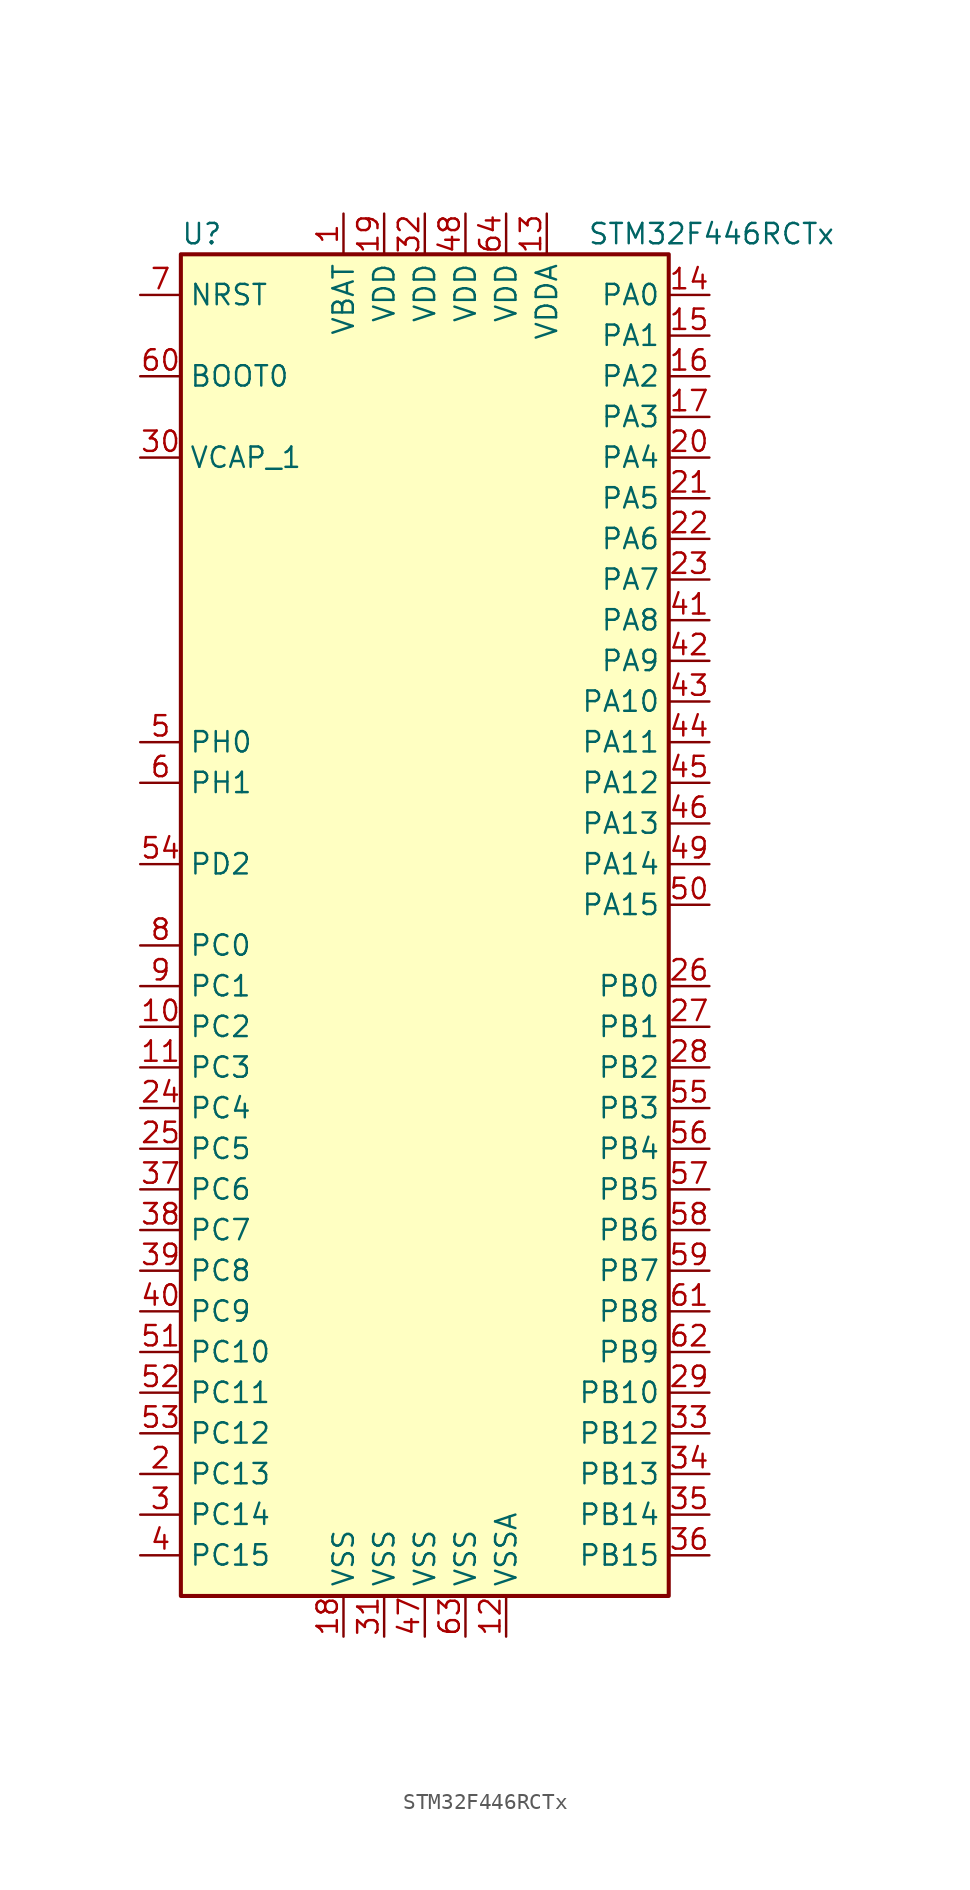
<source format=kicad_sym>
(kicad_symbol_lib
  (version 20201005)
  (generator kicad_symbol_editor)
  (symbol "STM32F446RCTx"
    (property "Reference" "U"
      (at -15.24 41.91 0)
      (effects (font (size 1.27 1.27)) (justify left)))
    (property "Value" "STM32F446RCTx"
      (at 10.16 41.91 0)
      (effects (font (size 1.27 1.27)) (justify left)))
    (symbol "STM32F446RCTx_0_1"
      (rectangle (start -15.24 -43.18) (end 15.24 40.64) (stroke (width 0.254)) (fill (type background))))
    (symbol "STM32F446RCTx_1_1"
      (pin input line (at -17.78 33.02 0) (length 2.54) (name "BOOT0" (effects (font (size 1.27 1.27)))) (number "60" (effects (font (size 1.27 1.27)))))
      (pin input line (at -17.78 38.1 0) (length 2.54) (name "NRST" (effects (font (size 1.27 1.27)))) (number "7" (effects (font (size 1.27 1.27)))))
      (pin bidirectional line (at 17.78 38.1 180) (length 2.54) (name "PA0" (effects (font (size 1.27 1.27)))) (number "14" (effects (font (size 1.27 1.27)))))
      (pin bidirectional line (at 17.78 35.56 180) (length 2.54) (name "PA1" (effects (font (size 1.27 1.27)))) (number "15" (effects (font (size 1.27 1.27)))))
      (pin bidirectional line (at 17.78 12.7 180) (length 2.54) (name "PA10" (effects (font (size 1.27 1.27)))) (number "43" (effects (font (size 1.27 1.27)))))
      (pin bidirectional line (at 17.78 10.16 180) (length 2.54) (name "PA11" (effects (font (size 1.27 1.27)))) (number "44" (effects (font (size 1.27 1.27)))))
      (pin bidirectional line (at 17.78 7.62 180) (length 2.54) (name "PA12" (effects (font (size 1.27 1.27)))) (number "45" (effects (font (size 1.27 1.27)))))
      (pin bidirectional line (at 17.78 5.08 180) (length 2.54) (name "PA13" (effects (font (size 1.27 1.27)))) (number "46" (effects (font (size 1.27 1.27)))))
      (pin bidirectional line (at 17.78 2.54 180) (length 2.54) (name "PA14" (effects (font (size 1.27 1.27)))) (number "49" (effects (font (size 1.27 1.27)))))
      (pin bidirectional line (at 17.78 0 180) (length 2.54) (name "PA15" (effects (font (size 1.27 1.27)))) (number "50" (effects (font (size 1.27 1.27)))))
      (pin bidirectional line (at 17.78 33.02 180) (length 2.54) (name "PA2" (effects (font (size 1.27 1.27)))) (number "16" (effects (font (size 1.27 1.27)))))
      (pin bidirectional line (at 17.78 30.48 180) (length 2.54) (name "PA3" (effects (font (size 1.27 1.27)))) (number "17" (effects (font (size 1.27 1.27)))))
      (pin bidirectional line (at 17.78 27.94 180) (length 2.54) (name "PA4" (effects (font (size 1.27 1.27)))) (number "20" (effects (font (size 1.27 1.27)))))
      (pin bidirectional line (at 17.78 25.4 180) (length 2.54) (name "PA5" (effects (font (size 1.27 1.27)))) (number "21" (effects (font (size 1.27 1.27)))))
      (pin bidirectional line (at 17.78 22.86 180) (length 2.54) (name "PA6" (effects (font (size 1.27 1.27)))) (number "22" (effects (font (size 1.27 1.27)))))
      (pin bidirectional line (at 17.78 20.32 180) (length 2.54) (name "PA7" (effects (font (size 1.27 1.27)))) (number "23" (effects (font (size 1.27 1.27)))))
      (pin bidirectional line (at 17.78 17.78 180) (length 2.54) (name "PA8" (effects (font (size 1.27 1.27)))) (number "41" (effects (font (size 1.27 1.27)))))
      (pin bidirectional line (at 17.78 15.24 180) (length 2.54) (name "PA9" (effects (font (size 1.27 1.27)))) (number "42" (effects (font (size 1.27 1.27)))))
      (pin bidirectional line (at 17.78 -5.08 180) (length 2.54) (name "PB0" (effects (font (size 1.27 1.27)))) (number "26" (effects (font (size 1.27 1.27)))))
      (pin bidirectional line (at 17.78 -7.62 180) (length 2.54) (name "PB1" (effects (font (size 1.27 1.27)))) (number "27" (effects (font (size 1.27 1.27)))))
      (pin bidirectional line (at 17.78 -30.48 180) (length 2.54) (name "PB10" (effects (font (size 1.27 1.27)))) (number "29" (effects (font (size 1.27 1.27)))))
      (pin bidirectional line (at 17.78 -33.02 180) (length 2.54) (name "PB12" (effects (font (size 1.27 1.27)))) (number "33" (effects (font (size 1.27 1.27)))))
      (pin bidirectional line (at 17.78 -35.56 180) (length 2.54) (name "PB13" (effects (font (size 1.27 1.27)))) (number "34" (effects (font (size 1.27 1.27)))))
      (pin bidirectional line (at 17.78 -38.1 180) (length 2.54) (name "PB14" (effects (font (size 1.27 1.27)))) (number "35" (effects (font (size 1.27 1.27)))))
      (pin bidirectional line (at 17.78 -40.64 180) (length 2.54) (name "PB15" (effects (font (size 1.27 1.27)))) (number "36" (effects (font (size 1.27 1.27)))))
      (pin bidirectional line (at 17.78 -10.16 180) (length 2.54) (name "PB2" (effects (font (size 1.27 1.27)))) (number "28" (effects (font (size 1.27 1.27)))))
      (pin bidirectional line (at 17.78 -12.7 180) (length 2.54) (name "PB3" (effects (font (size 1.27 1.27)))) (number "55" (effects (font (size 1.27 1.27)))))
      (pin bidirectional line (at 17.78 -15.24 180) (length 2.54) (name "PB4" (effects (font (size 1.27 1.27)))) (number "56" (effects (font (size 1.27 1.27)))))
      (pin bidirectional line (at 17.78 -17.78 180) (length 2.54) (name "PB5" (effects (font (size 1.27 1.27)))) (number "57" (effects (font (size 1.27 1.27)))))
      (pin bidirectional line (at 17.78 -20.32 180) (length 2.54) (name "PB6" (effects (font (size 1.27 1.27)))) (number "58" (effects (font (size 1.27 1.27)))))
      (pin bidirectional line (at 17.78 -22.86 180) (length 2.54) (name "PB7" (effects (font (size 1.27 1.27)))) (number "59" (effects (font (size 1.27 1.27)))))
      (pin bidirectional line (at 17.78 -25.4 180) (length 2.54) (name "PB8" (effects (font (size 1.27 1.27)))) (number "61" (effects (font (size 1.27 1.27)))))
      (pin bidirectional line (at 17.78 -27.94 180) (length 2.54) (name "PB9" (effects (font (size 1.27 1.27)))) (number "62" (effects (font (size 1.27 1.27)))))
      (pin bidirectional line (at -17.78 -2.54 0) (length 2.54) (name "PC0" (effects (font (size 1.27 1.27)))) (number "8" (effects (font (size 1.27 1.27)))))
      (pin bidirectional line (at -17.78 -5.08 0) (length 2.54) (name "PC1" (effects (font (size 1.27 1.27)))) (number "9" (effects (font (size 1.27 1.27)))))
      (pin bidirectional line (at -17.78 -27.94 0) (length 2.54) (name "PC10" (effects (font (size 1.27 1.27)))) (number "51" (effects (font (size 1.27 1.27)))))
      (pin bidirectional line (at -17.78 -30.48 0) (length 2.54) (name "PC11" (effects (font (size 1.27 1.27)))) (number "52" (effects (font (size 1.27 1.27)))))
      (pin bidirectional line (at -17.78 -33.02 0) (length 2.54) (name "PC12" (effects (font (size 1.27 1.27)))) (number "53" (effects (font (size 1.27 1.27)))))
      (pin bidirectional line (at -17.78 -35.56 0) (length 2.54) (name "PC13" (effects (font (size 1.27 1.27)))) (number "2" (effects (font (size 1.27 1.27)))))
      (pin bidirectional line (at -17.78 -38.1 0) (length 2.54) (name "PC14" (effects (font (size 1.27 1.27)))) (number "3" (effects (font (size 1.27 1.27)))))
      (pin bidirectional line (at -17.78 -40.64 0) (length 2.54) (name "PC15" (effects (font (size 1.27 1.27)))) (number "4" (effects (font (size 1.27 1.27)))))
      (pin bidirectional line (at -17.78 -7.62 0) (length 2.54) (name "PC2" (effects (font (size 1.27 1.27)))) (number "10" (effects (font (size 1.27 1.27)))))
      (pin bidirectional line (at -17.78 -10.16 0) (length 2.54) (name "PC3" (effects (font (size 1.27 1.27)))) (number "11" (effects (font (size 1.27 1.27)))))
      (pin bidirectional line (at -17.78 -12.7 0) (length 2.54) (name "PC4" (effects (font (size 1.27 1.27)))) (number "24" (effects (font (size 1.27 1.27)))))
      (pin bidirectional line (at -17.78 -15.24 0) (length 2.54) (name "PC5" (effects (font (size 1.27 1.27)))) (number "25" (effects (font (size 1.27 1.27)))))
      (pin bidirectional line (at -17.78 -17.78 0) (length 2.54) (name "PC6" (effects (font (size 1.27 1.27)))) (number "37" (effects (font (size 1.27 1.27)))))
      (pin bidirectional line (at -17.78 -20.32 0) (length 2.54) (name "PC7" (effects (font (size 1.27 1.27)))) (number "38" (effects (font (size 1.27 1.27)))))
      (pin bidirectional line (at -17.78 -22.86 0) (length 2.54) (name "PC8" (effects (font (size 1.27 1.27)))) (number "39" (effects (font (size 1.27 1.27)))))
      (pin bidirectional line (at -17.78 -25.4 0) (length 2.54) (name "PC9" (effects (font (size 1.27 1.27)))) (number "40" (effects (font (size 1.27 1.27)))))
      (pin bidirectional line (at -17.78 2.54 0) (length 2.54) (name "PD2" (effects (font (size 1.27 1.27)))) (number "54" (effects (font (size 1.27 1.27)))))
      (pin input line (at -17.78 10.16 0) (length 2.54) (name "PH0" (effects (font (size 1.27 1.27)))) (number "5" (effects (font (size 1.27 1.27)))))
      (pin input line (at -17.78 7.62 0) (length 2.54) (name "PH1" (effects (font (size 1.27 1.27)))) (number "6" (effects (font (size 1.27 1.27)))))
      (pin power_in line (at -5.08 43.18 270) (length 2.54) (name "VBAT" (effects (font (size 1.27 1.27)))) (number "1" (effects (font (size 1.27 1.27)))))
      (pin power_in line (at -17.78 27.94 0) (length 2.54) (name "VCAP_1" (effects (font (size 1.27 1.27)))) (number "30" (effects (font (size 1.27 1.27)))))
      (pin power_in line (at -2.54 43.18 270) (length 2.54) (name "VDD" (effects (font (size 1.27 1.27)))) (number "19" (effects (font (size 1.27 1.27)))))
      (pin power_in line (at 0 43.18 270) (length 2.54) (name "VDD" (effects (font (size 1.27 1.27)))) (number "32" (effects (font (size 1.27 1.27)))))
      (pin power_in line (at 2.54 43.18 270) (length 2.54) (name "VDD" (effects (font (size 1.27 1.27)))) (number "48" (effects (font (size 1.27 1.27)))))
      (pin power_in line (at 5.08 43.18 270) (length 2.54) (name "VDD" (effects (font (size 1.27 1.27)))) (number "64" (effects (font (size 1.27 1.27)))))
      (pin power_in line (at 7.62 43.18 270) (length 2.54) (name "VDDA" (effects (font (size 1.27 1.27)))) (number "13" (effects (font (size 1.27 1.27)))))
      (pin power_in line (at -5.08 -45.72 90) (length 2.54) (name "VSS" (effects (font (size 1.27 1.27)))) (number "18" (effects (font (size 1.27 1.27)))))
      (pin power_in line (at -2.54 -45.72 90) (length 2.54) (name "VSS" (effects (font (size 1.27 1.27)))) (number "31" (effects (font (size 1.27 1.27)))))
      (pin power_in line (at 0 -45.72 90) (length 2.54) (name "VSS" (effects (font (size 1.27 1.27)))) (number "47" (effects (font (size 1.27 1.27)))))
      (pin power_in line (at 2.54 -45.72 90) (length 2.54) (name "VSS" (effects (font (size 1.27 1.27)))) (number "63" (effects (font (size 1.27 1.27)))))
      (pin power_in line (at 5.08 -45.72 90) (length 2.54) (name "VSSA" (effects (font (size 1.27 1.27)))) (number "12" (effects (font (size 1.27 1.27))))))))
</source>
